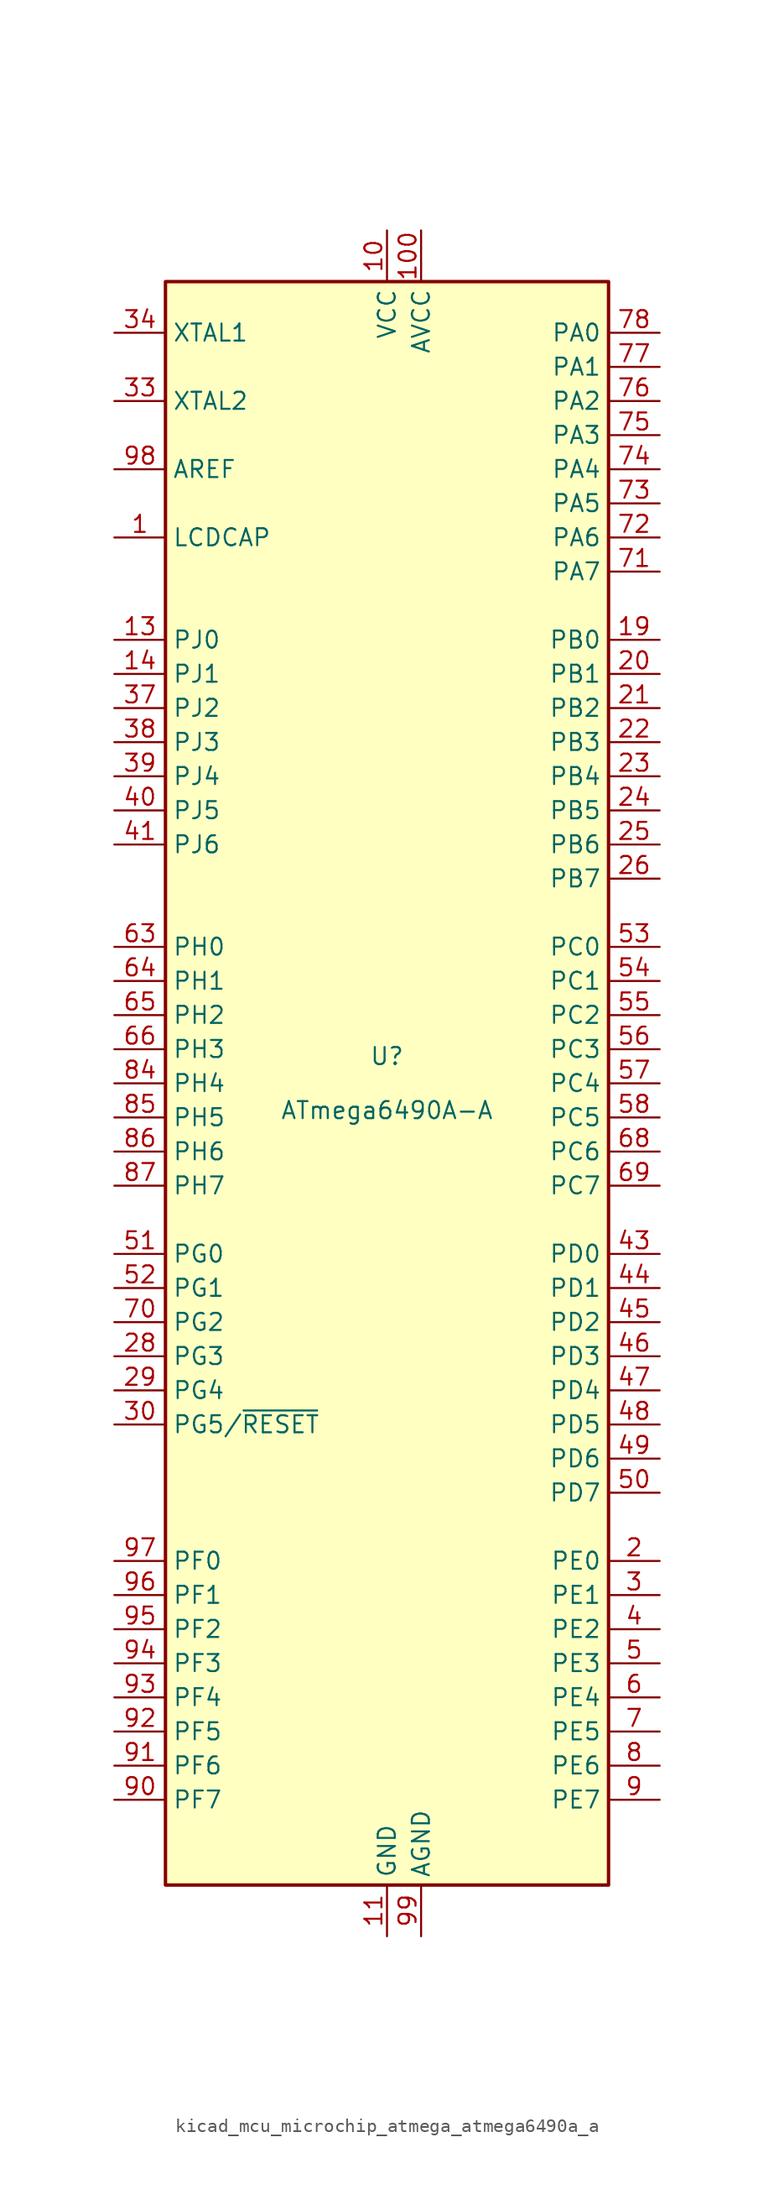
<source format=kicad_sym>
(kicad_symbol_lib
  (version 20220914)
  (generator kicad_symbol_editor)
  (symbol "kicad_mcu_microchip_atmega_atmega6490a_a"
    (property "Reference" "U"
      (at 0 1.27 0)
      (effects (font (size 1.27 1.27)) (justify bottom)))
    (property "Value" "ATmega6490A-A"
      (at 0 -1.27 0)
      (effects (font (size 1.27 1.27)) (justify top)))
    (symbol "kicad_mcu_microchip_atmega_atmega6490a_a_0_1"
      (rectangle (start -16.51 -59.69) (end 16.51 59.69) (stroke (width 0.254) (type default)) (fill (type background))))
    (symbol "kicad_mcu_microchip_atmega_atmega6490a_a_1_1"
      (pin passive line (at -20.32 40.64 0) (length 3.81) (name "LCDCAP" (effects (font (size 1.27 1.27)))) (number "1" (effects (font (size 1.27 1.27)))))
      (pin power_in line (at 0 63.5 270) (length 3.81) (name "VCC" (effects (font (size 1.27 1.27)))) (number "10" (effects (font (size 1.27 1.27)))))
      (pin power_in line (at 2.54 63.5 270) (length 3.81) (name "AVCC" (effects (font (size 1.27 1.27)))) (number "100" (effects (font (size 1.27 1.27)))))
      (pin power_in line (at 0 -63.5 90) (length 3.81) (name "GND" (effects (font (size 1.27 1.27)))) (number "11" (effects (font (size 1.27 1.27)))))
      (pin no_connect line (at -15.24 38.1 0) (length 2.54) hide (name "NC" (effects (font (size 1.27 1.27)))) (number "12" (effects (font (size 1.27 1.27)))))
      (pin bidirectional line (at -20.32 33.02 0) (length 3.81) (name "PJ0" (effects (font (size 1.27 1.27)))) (number "13" (effects (font (size 1.27 1.27)))))
      (pin bidirectional line (at -20.32 30.48 0) (length 3.81) (name "PJ1" (effects (font (size 1.27 1.27)))) (number "14" (effects (font (size 1.27 1.27)))))
      (pin no_connect line (at -15.24 35.56 0) (length 2.54) hide (name "NC" (effects (font (size 1.27 1.27)))) (number "15" (effects (font (size 1.27 1.27)))))
      (pin no_connect line (at -15.24 15.24 0) (length 2.54) hide (name "NC" (effects (font (size 1.27 1.27)))) (number "16" (effects (font (size 1.27 1.27)))))
      (pin no_connect line (at -15.24 12.7 0) (length 2.54) hide (name "NC" (effects (font (size 1.27 1.27)))) (number "17" (effects (font (size 1.27 1.27)))))
      (pin no_connect line (at -15.24 -10.16 0) (length 2.54) hide (name "NC" (effects (font (size 1.27 1.27)))) (number "18" (effects (font (size 1.27 1.27)))))
      (pin bidirectional line (at 20.32 33.02 180) (length 3.81) (name "PB0" (effects (font (size 1.27 1.27)))) (number "19" (effects (font (size 1.27 1.27)))))
      (pin bidirectional line (at 20.32 -35.56 180) (length 3.81) (name "PE0" (effects (font (size 1.27 1.27)))) (number "2" (effects (font (size 1.27 1.27)))))
      (pin bidirectional line (at 20.32 30.48 180) (length 3.81) (name "PB1" (effects (font (size 1.27 1.27)))) (number "20" (effects (font (size 1.27 1.27)))))
      (pin bidirectional line (at 20.32 27.94 180) (length 3.81) (name "PB2" (effects (font (size 1.27 1.27)))) (number "21" (effects (font (size 1.27 1.27)))))
      (pin bidirectional line (at 20.32 25.4 180) (length 3.81) (name "PB3" (effects (font (size 1.27 1.27)))) (number "22" (effects (font (size 1.27 1.27)))))
      (pin bidirectional line (at 20.32 22.86 180) (length 3.81) (name "PB4" (effects (font (size 1.27 1.27)))) (number "23" (effects (font (size 1.27 1.27)))))
      (pin bidirectional line (at 20.32 20.32 180) (length 3.81) (name "PB5" (effects (font (size 1.27 1.27)))) (number "24" (effects (font (size 1.27 1.27)))))
      (pin bidirectional line (at 20.32 17.78 180) (length 3.81) (name "PB6" (effects (font (size 1.27 1.27)))) (number "25" (effects (font (size 1.27 1.27)))))
      (pin bidirectional line (at 20.32 15.24 180) (length 3.81) (name "PB7" (effects (font (size 1.27 1.27)))) (number "26" (effects (font (size 1.27 1.27)))))
      (pin no_connect line (at -15.24 -27.94 0) (length 2.54) hide (name "NC" (effects (font (size 1.27 1.27)))) (number "27" (effects (font (size 1.27 1.27)))))
      (pin bidirectional line (at -20.32 -20.32 0) (length 3.81) (name "PG3" (effects (font (size 1.27 1.27)))) (number "28" (effects (font (size 1.27 1.27)))))
      (pin bidirectional line (at -20.32 -22.86 0) (length 3.81) (name "PG4" (effects (font (size 1.27 1.27)))) (number "29" (effects (font (size 1.27 1.27)))))
      (pin bidirectional line (at 20.32 -38.1 180) (length 3.81) (name "PE1" (effects (font (size 1.27 1.27)))) (number "3" (effects (font (size 1.27 1.27)))))
      (pin bidirectional line (at -20.32 -25.4 0) (length 3.81) (name "PG5/~{RESET}" (effects (font (size 1.27 1.27)))) (number "30" (effects (font (size 1.27 1.27)))))
      (pin passive line (at 0 63.5 270) (length 3.81) hide (name "VCC" (effects (font (size 1.27 1.27)))) (number "31" (effects (font (size 1.27 1.27)))))
      (pin passive line (at 0 -63.5 90) (length 3.81) hide (name "GND" (effects (font (size 1.27 1.27)))) (number "32" (effects (font (size 1.27 1.27)))))
      (pin output line (at -20.32 50.8 0) (length 3.81) (name "XTAL2" (effects (font (size 1.27 1.27)))) (number "33" (effects (font (size 1.27 1.27)))))
      (pin input line (at -20.32 55.88 0) (length 3.81) (name "XTAL1" (effects (font (size 1.27 1.27)))) (number "34" (effects (font (size 1.27 1.27)))))
      (pin no_connect line (at -15.24 -30.48 0) (length 2.54) hide (name "NC" (effects (font (size 1.27 1.27)))) (number "35" (effects (font (size 1.27 1.27)))))
      (pin no_connect line (at -15.24 -33.02 0) (length 2.54) hide (name "NC" (effects (font (size 1.27 1.27)))) (number "36" (effects (font (size 1.27 1.27)))))
      (pin bidirectional line (at -20.32 27.94 0) (length 3.81) (name "PJ2" (effects (font (size 1.27 1.27)))) (number "37" (effects (font (size 1.27 1.27)))))
      (pin bidirectional line (at -20.32 25.4 0) (length 3.81) (name "PJ3" (effects (font (size 1.27 1.27)))) (number "38" (effects (font (size 1.27 1.27)))))
      (pin bidirectional line (at -20.32 22.86 0) (length 3.81) (name "PJ4" (effects (font (size 1.27 1.27)))) (number "39" (effects (font (size 1.27 1.27)))))
      (pin bidirectional line (at 20.32 -40.64 180) (length 3.81) (name "PE2" (effects (font (size 1.27 1.27)))) (number "4" (effects (font (size 1.27 1.27)))))
      (pin bidirectional line (at -20.32 20.32 0) (length 3.81) (name "PJ5" (effects (font (size 1.27 1.27)))) (number "40" (effects (font (size 1.27 1.27)))))
      (pin bidirectional line (at -20.32 17.78 0) (length 3.81) (name "PJ6" (effects (font (size 1.27 1.27)))) (number "41" (effects (font (size 1.27 1.27)))))
      (pin no_connect line (at -15.24 -58.42 90) (length 2.54) hide (name "NC" (effects (font (size 1.27 1.27)))) (number "42" (effects (font (size 1.27 1.27)))))
      (pin bidirectional line (at 20.32 -12.7 180) (length 3.81) (name "PD0" (effects (font (size 1.27 1.27)))) (number "43" (effects (font (size 1.27 1.27)))))
      (pin bidirectional line (at 20.32 -15.24 180) (length 3.81) (name "PD1" (effects (font (size 1.27 1.27)))) (number "44" (effects (font (size 1.27 1.27)))))
      (pin bidirectional line (at 20.32 -17.78 180) (length 3.81) (name "PD2" (effects (font (size 1.27 1.27)))) (number "45" (effects (font (size 1.27 1.27)))))
      (pin bidirectional line (at 20.32 -20.32 180) (length 3.81) (name "PD3" (effects (font (size 1.27 1.27)))) (number "46" (effects (font (size 1.27 1.27)))))
      (pin bidirectional line (at 20.32 -22.86 180) (length 3.81) (name "PD4" (effects (font (size 1.27 1.27)))) (number "47" (effects (font (size 1.27 1.27)))))
      (pin bidirectional line (at 20.32 -25.4 180) (length 3.81) (name "PD5" (effects (font (size 1.27 1.27)))) (number "48" (effects (font (size 1.27 1.27)))))
      (pin bidirectional line (at 20.32 -27.94 180) (length 3.81) (name "PD6" (effects (font (size 1.27 1.27)))) (number "49" (effects (font (size 1.27 1.27)))))
      (pin bidirectional line (at 20.32 -43.18 180) (length 3.81) (name "PE3" (effects (font (size 1.27 1.27)))) (number "5" (effects (font (size 1.27 1.27)))))
      (pin bidirectional line (at 20.32 -30.48 180) (length 3.81) (name "PD7" (effects (font (size 1.27 1.27)))) (number "50" (effects (font (size 1.27 1.27)))))
      (pin bidirectional line (at -20.32 -12.7 0) (length 3.81) (name "PG0" (effects (font (size 1.27 1.27)))) (number "51" (effects (font (size 1.27 1.27)))))
      (pin bidirectional line (at -20.32 -15.24 0) (length 3.81) (name "PG1" (effects (font (size 1.27 1.27)))) (number "52" (effects (font (size 1.27 1.27)))))
      (pin bidirectional line (at 20.32 10.16 180) (length 3.81) (name "PC0" (effects (font (size 1.27 1.27)))) (number "53" (effects (font (size 1.27 1.27)))))
      (pin bidirectional line (at 20.32 7.62 180) (length 3.81) (name "PC1" (effects (font (size 1.27 1.27)))) (number "54" (effects (font (size 1.27 1.27)))))
      (pin bidirectional line (at 20.32 5.08 180) (length 3.81) (name "PC2" (effects (font (size 1.27 1.27)))) (number "55" (effects (font (size 1.27 1.27)))))
      (pin bidirectional line (at 20.32 2.54 180) (length 3.81) (name "PC3" (effects (font (size 1.27 1.27)))) (number "56" (effects (font (size 1.27 1.27)))))
      (pin bidirectional line (at 20.32 0 180) (length 3.81) (name "PC4" (effects (font (size 1.27 1.27)))) (number "57" (effects (font (size 1.27 1.27)))))
      (pin bidirectional line (at 20.32 -2.54 180) (length 3.81) (name "PC5" (effects (font (size 1.27 1.27)))) (number "58" (effects (font (size 1.27 1.27)))))
      (pin no_connect line (at -12.7 -58.42 90) (length 2.54) hide (name "NC" (effects (font (size 1.27 1.27)))) (number "59" (effects (font (size 1.27 1.27)))))
      (pin bidirectional line (at 20.32 -45.72 180) (length 3.81) (name "PE4" (effects (font (size 1.27 1.27)))) (number "6" (effects (font (size 1.27 1.27)))))
      (pin no_connect line (at -10.16 -58.42 90) (length 2.54) hide (name "NC" (effects (font (size 1.27 1.27)))) (number "60" (effects (font (size 1.27 1.27)))))
      (pin no_connect line (at -7.62 -58.42 90) (length 2.54) hide (name "NC" (effects (font (size 1.27 1.27)))) (number "61" (effects (font (size 1.27 1.27)))))
      (pin no_connect line (at -5.08 -58.42 90) (length 2.54) hide (name "NC" (effects (font (size 1.27 1.27)))) (number "62" (effects (font (size 1.27 1.27)))))
      (pin bidirectional line (at -20.32 10.16 0) (length 3.81) (name "PH0" (effects (font (size 1.27 1.27)))) (number "63" (effects (font (size 1.27 1.27)))))
      (pin bidirectional line (at -20.32 7.62 0) (length 3.81) (name "PH1" (effects (font (size 1.27 1.27)))) (number "64" (effects (font (size 1.27 1.27)))))
      (pin bidirectional line (at -20.32 5.08 0) (length 3.81) (name "PH2" (effects (font (size 1.27 1.27)))) (number "65" (effects (font (size 1.27 1.27)))))
      (pin bidirectional line (at -20.32 2.54 0) (length 3.81) (name "PH3" (effects (font (size 1.27 1.27)))) (number "66" (effects (font (size 1.27 1.27)))))
      (pin no_connect line (at -2.54 -58.42 90) (length 2.54) hide (name "NC" (effects (font (size 1.27 1.27)))) (number "67" (effects (font (size 1.27 1.27)))))
      (pin bidirectional line (at 20.32 -5.08 180) (length 3.81) (name "PC6" (effects (font (size 1.27 1.27)))) (number "68" (effects (font (size 1.27 1.27)))))
      (pin bidirectional line (at 20.32 -7.62 180) (length 3.81) (name "PC7" (effects (font (size 1.27 1.27)))) (number "69" (effects (font (size 1.27 1.27)))))
      (pin bidirectional line (at 20.32 -48.26 180) (length 3.81) (name "PE5" (effects (font (size 1.27 1.27)))) (number "7" (effects (font (size 1.27 1.27)))))
      (pin bidirectional line (at -20.32 -17.78 0) (length 3.81) (name "PG2" (effects (font (size 1.27 1.27)))) (number "70" (effects (font (size 1.27 1.27)))))
      (pin bidirectional line (at 20.32 38.1 180) (length 3.81) (name "PA7" (effects (font (size 1.27 1.27)))) (number "71" (effects (font (size 1.27 1.27)))))
      (pin bidirectional line (at 20.32 40.64 180) (length 3.81) (name "PA6" (effects (font (size 1.27 1.27)))) (number "72" (effects (font (size 1.27 1.27)))))
      (pin bidirectional line (at 20.32 43.18 180) (length 3.81) (name "PA5" (effects (font (size 1.27 1.27)))) (number "73" (effects (font (size 1.27 1.27)))))
      (pin bidirectional line (at 20.32 45.72 180) (length 3.81) (name "PA4" (effects (font (size 1.27 1.27)))) (number "74" (effects (font (size 1.27 1.27)))))
      (pin bidirectional line (at 20.32 48.26 180) (length 3.81) (name "PA3" (effects (font (size 1.27 1.27)))) (number "75" (effects (font (size 1.27 1.27)))))
      (pin bidirectional line (at 20.32 50.8 180) (length 3.81) (name "PA2" (effects (font (size 1.27 1.27)))) (number "76" (effects (font (size 1.27 1.27)))))
      (pin bidirectional line (at 20.32 53.34 180) (length 3.81) (name "PA1" (effects (font (size 1.27 1.27)))) (number "77" (effects (font (size 1.27 1.27)))))
      (pin bidirectional line (at 20.32 55.88 180) (length 3.81) (name "PA0" (effects (font (size 1.27 1.27)))) (number "78" (effects (font (size 1.27 1.27)))))
      (pin no_connect line (at 5.08 -58.42 90) (length 2.54) hide (name "NC" (effects (font (size 1.27 1.27)))) (number "79" (effects (font (size 1.27 1.27)))))
      (pin bidirectional line (at 20.32 -50.8 180) (length 3.81) (name "PE6" (effects (font (size 1.27 1.27)))) (number "8" (effects (font (size 1.27 1.27)))))
      (pin passive line (at 0 63.5 270) (length 3.81) hide (name "VCC" (effects (font (size 1.27 1.27)))) (number "80" (effects (font (size 1.27 1.27)))))
      (pin passive line (at 0 -63.5 90) (length 3.81) hide (name "GND" (effects (font (size 1.27 1.27)))) (number "81" (effects (font (size 1.27 1.27)))))
      (pin no_connect line (at 7.62 -58.42 90) (length 2.54) hide (name "NC" (effects (font (size 1.27 1.27)))) (number "82" (effects (font (size 1.27 1.27)))))
      (pin no_connect line (at 10.16 -58.42 90) (length 2.54) hide (name "NC" (effects (font (size 1.27 1.27)))) (number "83" (effects (font (size 1.27 1.27)))))
      (pin bidirectional line (at -20.32 0 0) (length 3.81) (name "PH4" (effects (font (size 1.27 1.27)))) (number "84" (effects (font (size 1.27 1.27)))))
      (pin bidirectional line (at -20.32 -2.54 0) (length 3.81) (name "PH5" (effects (font (size 1.27 1.27)))) (number "85" (effects (font (size 1.27 1.27)))))
      (pin bidirectional line (at -20.32 -5.08 0) (length 3.81) (name "PH6" (effects (font (size 1.27 1.27)))) (number "86" (effects (font (size 1.27 1.27)))))
      (pin bidirectional line (at -20.32 -7.62 0) (length 3.81) (name "PH7" (effects (font (size 1.27 1.27)))) (number "87" (effects (font (size 1.27 1.27)))))
      (pin no_connect line (at 12.7 -58.42 90) (length 2.54) hide (name "NC" (effects (font (size 1.27 1.27)))) (number "88" (effects (font (size 1.27 1.27)))))
      (pin no_connect line (at 15.24 -58.42 90) (length 2.54) hide (name "NC" (effects (font (size 1.27 1.27)))) (number "89" (effects (font (size 1.27 1.27)))))
      (pin bidirectional line (at 20.32 -53.34 180) (length 3.81) (name "PE7" (effects (font (size 1.27 1.27)))) (number "9" (effects (font (size 1.27 1.27)))))
      (pin bidirectional line (at -20.32 -53.34 0) (length 3.81) (name "PF7" (effects (font (size 1.27 1.27)))) (number "90" (effects (font (size 1.27 1.27)))))
      (pin bidirectional line (at -20.32 -50.8 0) (length 3.81) (name "PF6" (effects (font (size 1.27 1.27)))) (number "91" (effects (font (size 1.27 1.27)))))
      (pin bidirectional line (at -20.32 -48.26 0) (length 3.81) (name "PF5" (effects (font (size 1.27 1.27)))) (number "92" (effects (font (size 1.27 1.27)))))
      (pin bidirectional line (at -20.32 -45.72 0) (length 3.81) (name "PF4" (effects (font (size 1.27 1.27)))) (number "93" (effects (font (size 1.27 1.27)))))
      (pin bidirectional line (at -20.32 -43.18 0) (length 3.81) (name "PF3" (effects (font (size 1.27 1.27)))) (number "94" (effects (font (size 1.27 1.27)))))
      (pin bidirectional line (at -20.32 -40.64 0) (length 3.81) (name "PF2" (effects (font (size 1.27 1.27)))) (number "95" (effects (font (size 1.27 1.27)))))
      (pin bidirectional line (at -20.32 -38.1 0) (length 3.81) (name "PF1" (effects (font (size 1.27 1.27)))) (number "96" (effects (font (size 1.27 1.27)))))
      (pin bidirectional line (at -20.32 -35.56 0) (length 3.81) (name "PF0" (effects (font (size 1.27 1.27)))) (number "97" (effects (font (size 1.27 1.27)))))
      (pin passive line (at -20.32 45.72 0) (length 3.81) (name "AREF" (effects (font (size 1.27 1.27)))) (number "98" (effects (font (size 1.27 1.27)))))
      (pin power_in line (at 2.54 -63.5 90) (length 3.81) (name "AGND" (effects (font (size 1.27 1.27)))) (number "99" (effects (font (size 1.27 1.27))))))))
</source>
